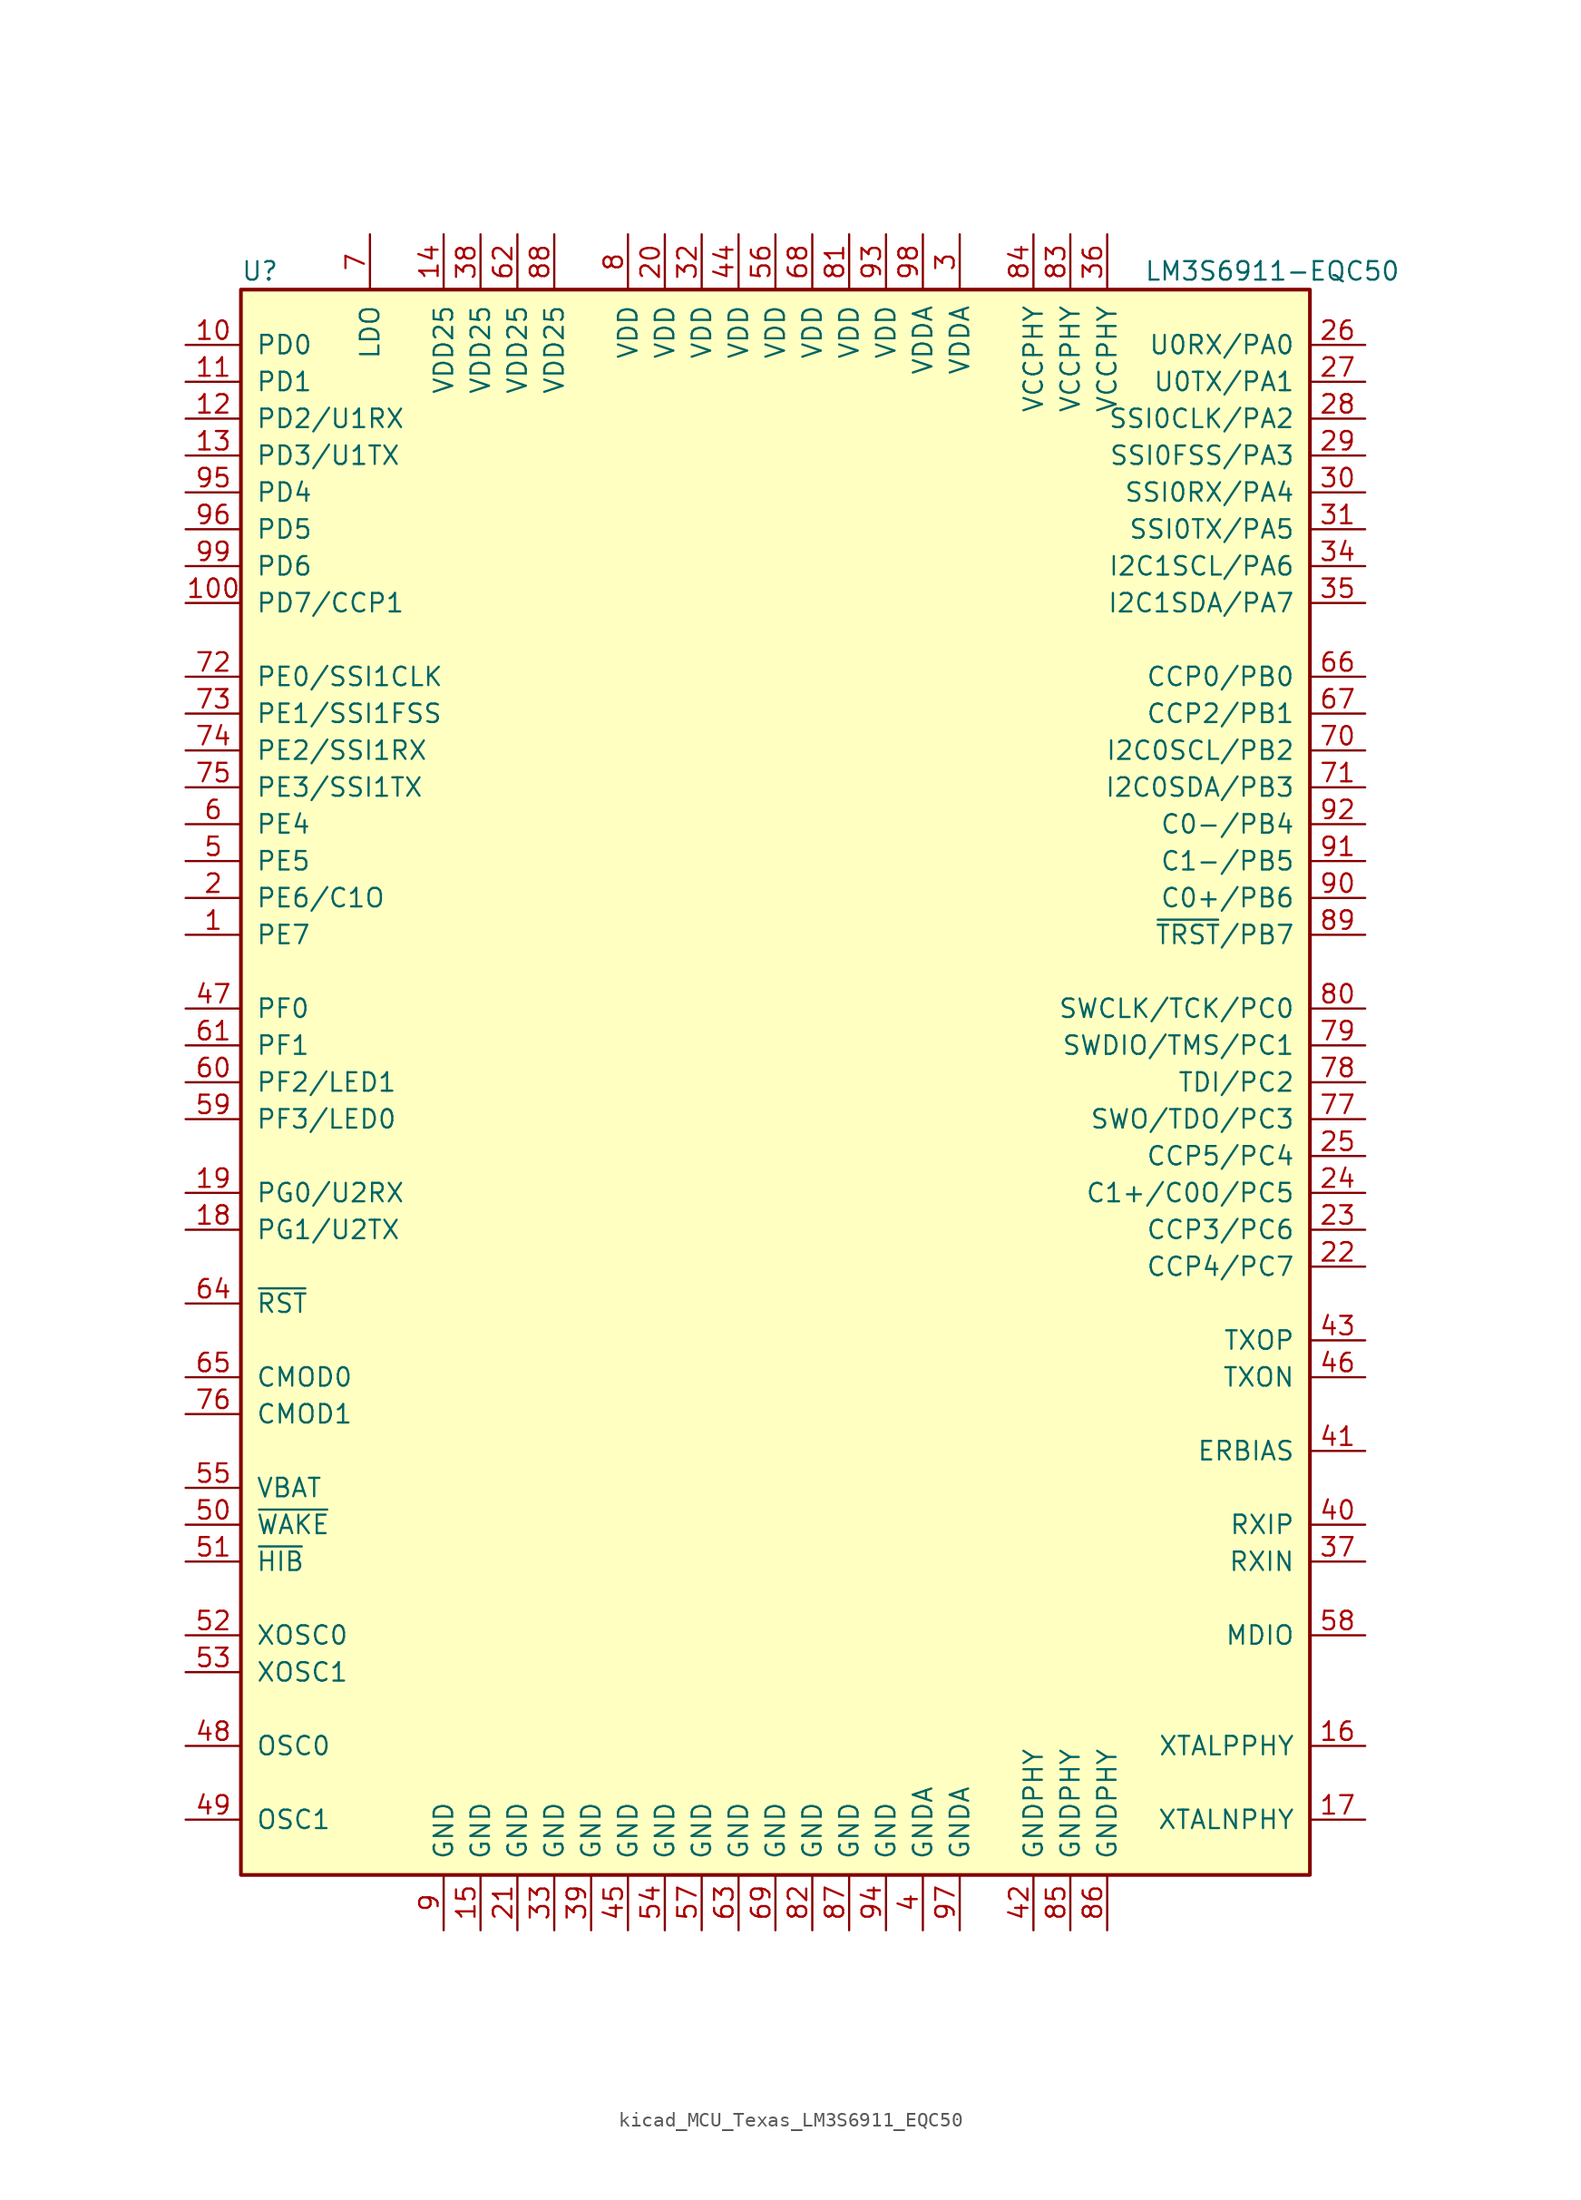
<source format=kicad_sym>
(kicad_symbol_lib
  (version 20220914)
  (generator kicad_symbol_editor)
  (symbol "kicad_MCU_Texas_LM3S6911_EQC50"
    (pin_names
      (offset 1.016))
    (property "Reference" "U"
      (at -36.83 55.88 0)
      (effects (font (size 1.27 1.27)) (justify left)))
    (property "Value" "LM3S6911-EQC50"
      (at 25.4 55.88 0)
      (effects (font (size 1.27 1.27)) (justify left)))
    (symbol "kicad_MCU_Texas_LM3S6911_EQC50_0_1"
      (rectangle (start -36.83 54.61) (end 36.83 -54.61) (stroke (width 0.254) (type default)) (fill (type background))))
    (symbol "kicad_MCU_Texas_LM3S6911_EQC50_1_1"
      (pin bidirectional line (at -40.64 10.16 0) (length 3.81) (name "PE7" (effects (font (size 1.27 1.27)))) (number "1" (effects (font (size 1.27 1.27)))))
      (pin bidirectional line (at -40.64 50.8 0) (length 3.81) (name "PD0" (effects (font (size 1.27 1.27)))) (number "10" (effects (font (size 1.27 1.27)))))
      (pin bidirectional line (at -40.64 33.02 0) (length 3.81) (name "PD7/CCP1" (effects (font (size 1.27 1.27)))) (number "100" (effects (font (size 1.27 1.27)))))
      (pin bidirectional line (at -40.64 48.26 0) (length 3.81) (name "PD1" (effects (font (size 1.27 1.27)))) (number "11" (effects (font (size 1.27 1.27)))))
      (pin bidirectional line (at -40.64 45.72 0) (length 3.81) (name "PD2/U1RX" (effects (font (size 1.27 1.27)))) (number "12" (effects (font (size 1.27 1.27)))))
      (pin bidirectional line (at -40.64 43.18 0) (length 3.81) (name "PD3/U1TX" (effects (font (size 1.27 1.27)))) (number "13" (effects (font (size 1.27 1.27)))))
      (pin power_in line (at -22.86 58.42 270) (length 3.81) (name "VDD25" (effects (font (size 1.27 1.27)))) (number "14" (effects (font (size 1.27 1.27)))))
      (pin power_in line (at -20.32 -58.42 90) (length 3.81) (name "GND" (effects (font (size 1.27 1.27)))) (number "15" (effects (font (size 1.27 1.27)))))
      (pin passive line (at 40.64 -45.72 180) (length 3.81) (name "XTALPPHY" (effects (font (size 1.27 1.27)))) (number "16" (effects (font (size 1.27 1.27)))))
      (pin passive line (at 40.64 -50.8 180) (length 3.81) (name "XTALNPHY" (effects (font (size 1.27 1.27)))) (number "17" (effects (font (size 1.27 1.27)))))
      (pin bidirectional line (at -40.64 -10.16 0) (length 3.81) (name "PG1/U2TX" (effects (font (size 1.27 1.27)))) (number "18" (effects (font (size 1.27 1.27)))))
      (pin bidirectional line (at -40.64 -7.62 0) (length 3.81) (name "PG0/U2RX" (effects (font (size 1.27 1.27)))) (number "19" (effects (font (size 1.27 1.27)))))
      (pin bidirectional line (at -40.64 12.7 0) (length 3.81) (name "PE6/C1O" (effects (font (size 1.27 1.27)))) (number "2" (effects (font (size 1.27 1.27)))))
      (pin power_in line (at -7.62 58.42 270) (length 3.81) (name "VDD" (effects (font (size 1.27 1.27)))) (number "20" (effects (font (size 1.27 1.27)))))
      (pin power_in line (at -17.78 -58.42 90) (length 3.81) (name "GND" (effects (font (size 1.27 1.27)))) (number "21" (effects (font (size 1.27 1.27)))))
      (pin bidirectional line (at 40.64 -12.7 180) (length 3.81) (name "CCP4/PC7" (effects (font (size 1.27 1.27)))) (number "22" (effects (font (size 1.27 1.27)))))
      (pin bidirectional line (at 40.64 -10.16 180) (length 3.81) (name "CCP3/PC6" (effects (font (size 1.27 1.27)))) (number "23" (effects (font (size 1.27 1.27)))))
      (pin bidirectional line (at 40.64 -7.62 180) (length 3.81) (name "C1+/C0O/PC5" (effects (font (size 1.27 1.27)))) (number "24" (effects (font (size 1.27 1.27)))))
      (pin bidirectional line (at 40.64 -5.08 180) (length 3.81) (name "CCP5/PC4" (effects (font (size 1.27 1.27)))) (number "25" (effects (font (size 1.27 1.27)))))
      (pin bidirectional line (at 40.64 50.8 180) (length 3.81) (name "U0RX/PA0" (effects (font (size 1.27 1.27)))) (number "26" (effects (font (size 1.27 1.27)))))
      (pin bidirectional line (at 40.64 48.26 180) (length 3.81) (name "U0TX/PA1" (effects (font (size 1.27 1.27)))) (number "27" (effects (font (size 1.27 1.27)))))
      (pin bidirectional line (at 40.64 45.72 180) (length 3.81) (name "SSI0CLK/PA2" (effects (font (size 1.27 1.27)))) (number "28" (effects (font (size 1.27 1.27)))))
      (pin bidirectional line (at 40.64 43.18 180) (length 3.81) (name "SSI0FSS/PA3" (effects (font (size 1.27 1.27)))) (number "29" (effects (font (size 1.27 1.27)))))
      (pin power_in line (at 12.7 58.42 270) (length 3.81) (name "VDDA" (effects (font (size 1.27 1.27)))) (number "3" (effects (font (size 1.27 1.27)))))
      (pin bidirectional line (at 40.64 40.64 180) (length 3.81) (name "SSI0RX/PA4" (effects (font (size 1.27 1.27)))) (number "30" (effects (font (size 1.27 1.27)))))
      (pin bidirectional line (at 40.64 38.1 180) (length 3.81) (name "SSI0TX/PA5" (effects (font (size 1.27 1.27)))) (number "31" (effects (font (size 1.27 1.27)))))
      (pin power_in line (at -5.08 58.42 270) (length 3.81) (name "VDD" (effects (font (size 1.27 1.27)))) (number "32" (effects (font (size 1.27 1.27)))))
      (pin power_in line (at -15.24 -58.42 90) (length 3.81) (name "GND" (effects (font (size 1.27 1.27)))) (number "33" (effects (font (size 1.27 1.27)))))
      (pin bidirectional line (at 40.64 35.56 180) (length 3.81) (name "I2C1SCL/PA6" (effects (font (size 1.27 1.27)))) (number "34" (effects (font (size 1.27 1.27)))))
      (pin bidirectional line (at 40.64 33.02 180) (length 3.81) (name "I2C1SDA/PA7" (effects (font (size 1.27 1.27)))) (number "35" (effects (font (size 1.27 1.27)))))
      (pin power_in line (at 22.86 58.42 270) (length 3.81) (name "VCCPHY" (effects (font (size 1.27 1.27)))) (number "36" (effects (font (size 1.27 1.27)))))
      (pin passive line (at 40.64 -33.02 180) (length 3.81) (name "RXIN" (effects (font (size 1.27 1.27)))) (number "37" (effects (font (size 1.27 1.27)))))
      (pin power_in line (at -20.32 58.42 270) (length 3.81) (name "VDD25" (effects (font (size 1.27 1.27)))) (number "38" (effects (font (size 1.27 1.27)))))
      (pin power_in line (at -12.7 -58.42 90) (length 3.81) (name "GND" (effects (font (size 1.27 1.27)))) (number "39" (effects (font (size 1.27 1.27)))))
      (pin power_in line (at 10.16 -58.42 90) (length 3.81) (name "GNDA" (effects (font (size 1.27 1.27)))) (number "4" (effects (font (size 1.27 1.27)))))
      (pin passive line (at 40.64 -30.48 180) (length 3.81) (name "RXIP" (effects (font (size 1.27 1.27)))) (number "40" (effects (font (size 1.27 1.27)))))
      (pin passive line (at 40.64 -25.4 180) (length 3.81) (name "ERBIAS" (effects (font (size 1.27 1.27)))) (number "41" (effects (font (size 1.27 1.27)))))
      (pin power_in line (at 17.78 -58.42 90) (length 3.81) (name "GNDPHY" (effects (font (size 1.27 1.27)))) (number "42" (effects (font (size 1.27 1.27)))))
      (pin passive line (at 40.64 -17.78 180) (length 3.81) (name "TXOP" (effects (font (size 1.27 1.27)))) (number "43" (effects (font (size 1.27 1.27)))))
      (pin power_in line (at -2.54 58.42 270) (length 3.81) (name "VDD" (effects (font (size 1.27 1.27)))) (number "44" (effects (font (size 1.27 1.27)))))
      (pin power_in line (at -10.16 -58.42 90) (length 3.81) (name "GND" (effects (font (size 1.27 1.27)))) (number "45" (effects (font (size 1.27 1.27)))))
      (pin passive line (at 40.64 -20.32 180) (length 3.81) (name "TXON" (effects (font (size 1.27 1.27)))) (number "46" (effects (font (size 1.27 1.27)))))
      (pin bidirectional line (at -40.64 5.08 0) (length 3.81) (name "PF0" (effects (font (size 1.27 1.27)))) (number "47" (effects (font (size 1.27 1.27)))))
      (pin passive line (at -40.64 -45.72 0) (length 3.81) (name "OSC0" (effects (font (size 1.27 1.27)))) (number "48" (effects (font (size 1.27 1.27)))))
      (pin passive line (at -40.64 -50.8 0) (length 3.81) (name "OSC1" (effects (font (size 1.27 1.27)))) (number "49" (effects (font (size 1.27 1.27)))))
      (pin bidirectional line (at -40.64 15.24 0) (length 3.81) (name "PE5" (effects (font (size 1.27 1.27)))) (number "5" (effects (font (size 1.27 1.27)))))
      (pin input line (at -40.64 -30.48 0) (length 3.81) (name "~{WAKE}" (effects (font (size 1.27 1.27)))) (number "50" (effects (font (size 1.27 1.27)))))
      (pin open_collector line (at -40.64 -33.02 0) (length 3.81) (name "~{HIB}" (effects (font (size 1.27 1.27)))) (number "51" (effects (font (size 1.27 1.27)))))
      (pin passive line (at -40.64 -38.1 0) (length 3.81) (name "XOSC0" (effects (font (size 1.27 1.27)))) (number "52" (effects (font (size 1.27 1.27)))))
      (pin passive line (at -40.64 -40.64 0) (length 3.81) (name "XOSC1" (effects (font (size 1.27 1.27)))) (number "53" (effects (font (size 1.27 1.27)))))
      (pin power_in line (at -7.62 -58.42 90) (length 3.81) (name "GND" (effects (font (size 1.27 1.27)))) (number "54" (effects (font (size 1.27 1.27)))))
      (pin passive line (at -40.64 -27.94 0) (length 3.81) (name "VBAT" (effects (font (size 1.27 1.27)))) (number "55" (effects (font (size 1.27 1.27)))))
      (pin power_in line (at 0 58.42 270) (length 3.81) (name "VDD" (effects (font (size 1.27 1.27)))) (number "56" (effects (font (size 1.27 1.27)))))
      (pin power_in line (at -5.08 -58.42 90) (length 3.81) (name "GND" (effects (font (size 1.27 1.27)))) (number "57" (effects (font (size 1.27 1.27)))))
      (pin input line (at 40.64 -38.1 180) (length 3.81) (name "MDIO" (effects (font (size 1.27 1.27)))) (number "58" (effects (font (size 1.27 1.27)))))
      (pin bidirectional line (at -40.64 -2.54 0) (length 3.81) (name "PF3/LED0" (effects (font (size 1.27 1.27)))) (number "59" (effects (font (size 1.27 1.27)))))
      (pin bidirectional line (at -40.64 17.78 0) (length 3.81) (name "PE4" (effects (font (size 1.27 1.27)))) (number "6" (effects (font (size 1.27 1.27)))))
      (pin bidirectional line (at -40.64 0 0) (length 3.81) (name "PF2/LED1" (effects (font (size 1.27 1.27)))) (number "60" (effects (font (size 1.27 1.27)))))
      (pin bidirectional line (at -40.64 2.54 0) (length 3.81) (name "PF1" (effects (font (size 1.27 1.27)))) (number "61" (effects (font (size 1.27 1.27)))))
      (pin power_in line (at -17.78 58.42 270) (length 3.81) (name "VDD25" (effects (font (size 1.27 1.27)))) (number "62" (effects (font (size 1.27 1.27)))))
      (pin power_in line (at -2.54 -58.42 90) (length 3.81) (name "GND" (effects (font (size 1.27 1.27)))) (number "63" (effects (font (size 1.27 1.27)))))
      (pin input line (at -40.64 -15.24 0) (length 3.81) (name "~{RST}" (effects (font (size 1.27 1.27)))) (number "64" (effects (font (size 1.27 1.27)))))
      (pin input line (at -40.64 -20.32 0) (length 3.81) (name "CMOD0" (effects (font (size 1.27 1.27)))) (number "65" (effects (font (size 1.27 1.27)))))
      (pin bidirectional line (at 40.64 27.94 180) (length 3.81) (name "CCP0/PB0" (effects (font (size 1.27 1.27)))) (number "66" (effects (font (size 1.27 1.27)))))
      (pin bidirectional line (at 40.64 25.4 180) (length 3.81) (name "CCP2/PB1" (effects (font (size 1.27 1.27)))) (number "67" (effects (font (size 1.27 1.27)))))
      (pin power_in line (at 2.54 58.42 270) (length 3.81) (name "VDD" (effects (font (size 1.27 1.27)))) (number "68" (effects (font (size 1.27 1.27)))))
      (pin power_in line (at 0 -58.42 90) (length 3.81) (name "GND" (effects (font (size 1.27 1.27)))) (number "69" (effects (font (size 1.27 1.27)))))
      (pin passive line (at -27.94 58.42 270) (length 3.81) (name "LDO" (effects (font (size 1.27 1.27)))) (number "7" (effects (font (size 1.27 1.27)))))
      (pin bidirectional line (at 40.64 22.86 180) (length 3.81) (name "I2C0SCL/PB2" (effects (font (size 1.27 1.27)))) (number "70" (effects (font (size 1.27 1.27)))))
      (pin bidirectional line (at 40.64 20.32 180) (length 3.81) (name "I2C0SDA/PB3" (effects (font (size 1.27 1.27)))) (number "71" (effects (font (size 1.27 1.27)))))
      (pin bidirectional line (at -40.64 27.94 0) (length 3.81) (name "PE0/SSI1CLK" (effects (font (size 1.27 1.27)))) (number "72" (effects (font (size 1.27 1.27)))))
      (pin bidirectional line (at -40.64 25.4 0) (length 3.81) (name "PE1/SSI1FSS" (effects (font (size 1.27 1.27)))) (number "73" (effects (font (size 1.27 1.27)))))
      (pin bidirectional line (at -40.64 22.86 0) (length 3.81) (name "PE2/SSI1RX" (effects (font (size 1.27 1.27)))) (number "74" (effects (font (size 1.27 1.27)))))
      (pin bidirectional line (at -40.64 20.32 0) (length 3.81) (name "PE3/SSI1TX" (effects (font (size 1.27 1.27)))) (number "75" (effects (font (size 1.27 1.27)))))
      (pin input line (at -40.64 -22.86 0) (length 3.81) (name "CMOD1" (effects (font (size 1.27 1.27)))) (number "76" (effects (font (size 1.27 1.27)))))
      (pin bidirectional line (at 40.64 -2.54 180) (length 3.81) (name "SWO/TDO/PC3" (effects (font (size 1.27 1.27)))) (number "77" (effects (font (size 1.27 1.27)))))
      (pin bidirectional line (at 40.64 0 180) (length 3.81) (name "TDI/PC2" (effects (font (size 1.27 1.27)))) (number "78" (effects (font (size 1.27 1.27)))))
      (pin bidirectional line (at 40.64 2.54 180) (length 3.81) (name "SWDIO/TMS/PC1" (effects (font (size 1.27 1.27)))) (number "79" (effects (font (size 1.27 1.27)))))
      (pin power_in line (at -10.16 58.42 270) (length 3.81) (name "VDD" (effects (font (size 1.27 1.27)))) (number "8" (effects (font (size 1.27 1.27)))))
      (pin bidirectional line (at 40.64 5.08 180) (length 3.81) (name "SWCLK/TCK/PC0" (effects (font (size 1.27 1.27)))) (number "80" (effects (font (size 1.27 1.27)))))
      (pin power_in line (at 5.08 58.42 270) (length 3.81) (name "VDD" (effects (font (size 1.27 1.27)))) (number "81" (effects (font (size 1.27 1.27)))))
      (pin power_in line (at 2.54 -58.42 90) (length 3.81) (name "GND" (effects (font (size 1.27 1.27)))) (number "82" (effects (font (size 1.27 1.27)))))
      (pin power_in line (at 20.32 58.42 270) (length 3.81) (name "VCCPHY" (effects (font (size 1.27 1.27)))) (number "83" (effects (font (size 1.27 1.27)))))
      (pin power_in line (at 17.78 58.42 270) (length 3.81) (name "VCCPHY" (effects (font (size 1.27 1.27)))) (number "84" (effects (font (size 1.27 1.27)))))
      (pin power_in line (at 20.32 -58.42 90) (length 3.81) (name "GNDPHY" (effects (font (size 1.27 1.27)))) (number "85" (effects (font (size 1.27 1.27)))))
      (pin power_in line (at 22.86 -58.42 90) (length 3.81) (name "GNDPHY" (effects (font (size 1.27 1.27)))) (number "86" (effects (font (size 1.27 1.27)))))
      (pin power_in line (at 5.08 -58.42 90) (length 3.81) (name "GND" (effects (font (size 1.27 1.27)))) (number "87" (effects (font (size 1.27 1.27)))))
      (pin power_in line (at -15.24 58.42 270) (length 3.81) (name "VDD25" (effects (font (size 1.27 1.27)))) (number "88" (effects (font (size 1.27 1.27)))))
      (pin bidirectional line (at 40.64 10.16 180) (length 3.81) (name "~{TRST}/PB7" (effects (font (size 1.27 1.27)))) (number "89" (effects (font (size 1.27 1.27)))))
      (pin power_in line (at -22.86 -58.42 90) (length 3.81) (name "GND" (effects (font (size 1.27 1.27)))) (number "9" (effects (font (size 1.27 1.27)))))
      (pin bidirectional line (at 40.64 12.7 180) (length 3.81) (name "C0+/PB6" (effects (font (size 1.27 1.27)))) (number "90" (effects (font (size 1.27 1.27)))))
      (pin bidirectional line (at 40.64 15.24 180) (length 3.81) (name "C1-/PB5" (effects (font (size 1.27 1.27)))) (number "91" (effects (font (size 1.27 1.27)))))
      (pin bidirectional line (at 40.64 17.78 180) (length 3.81) (name "C0-/PB4" (effects (font (size 1.27 1.27)))) (number "92" (effects (font (size 1.27 1.27)))))
      (pin power_in line (at 7.62 58.42 270) (length 3.81) (name "VDD" (effects (font (size 1.27 1.27)))) (number "93" (effects (font (size 1.27 1.27)))))
      (pin power_in line (at 7.62 -58.42 90) (length 3.81) (name "GND" (effects (font (size 1.27 1.27)))) (number "94" (effects (font (size 1.27 1.27)))))
      (pin bidirectional line (at -40.64 40.64 0) (length 3.81) (name "PD4" (effects (font (size 1.27 1.27)))) (number "95" (effects (font (size 1.27 1.27)))))
      (pin bidirectional line (at -40.64 38.1 0) (length 3.81) (name "PD5" (effects (font (size 1.27 1.27)))) (number "96" (effects (font (size 1.27 1.27)))))
      (pin power_in line (at 12.7 -58.42 90) (length 3.81) (name "GNDA" (effects (font (size 1.27 1.27)))) (number "97" (effects (font (size 1.27 1.27)))))
      (pin power_in line (at 10.16 58.42 270) (length 3.81) (name "VDDA" (effects (font (size 1.27 1.27)))) (number "98" (effects (font (size 1.27 1.27)))))
      (pin bidirectional line (at -40.64 35.56 0) (length 3.81) (name "PD6" (effects (font (size 1.27 1.27)))) (number "99" (effects (font (size 1.27 1.27))))))))
</source>
